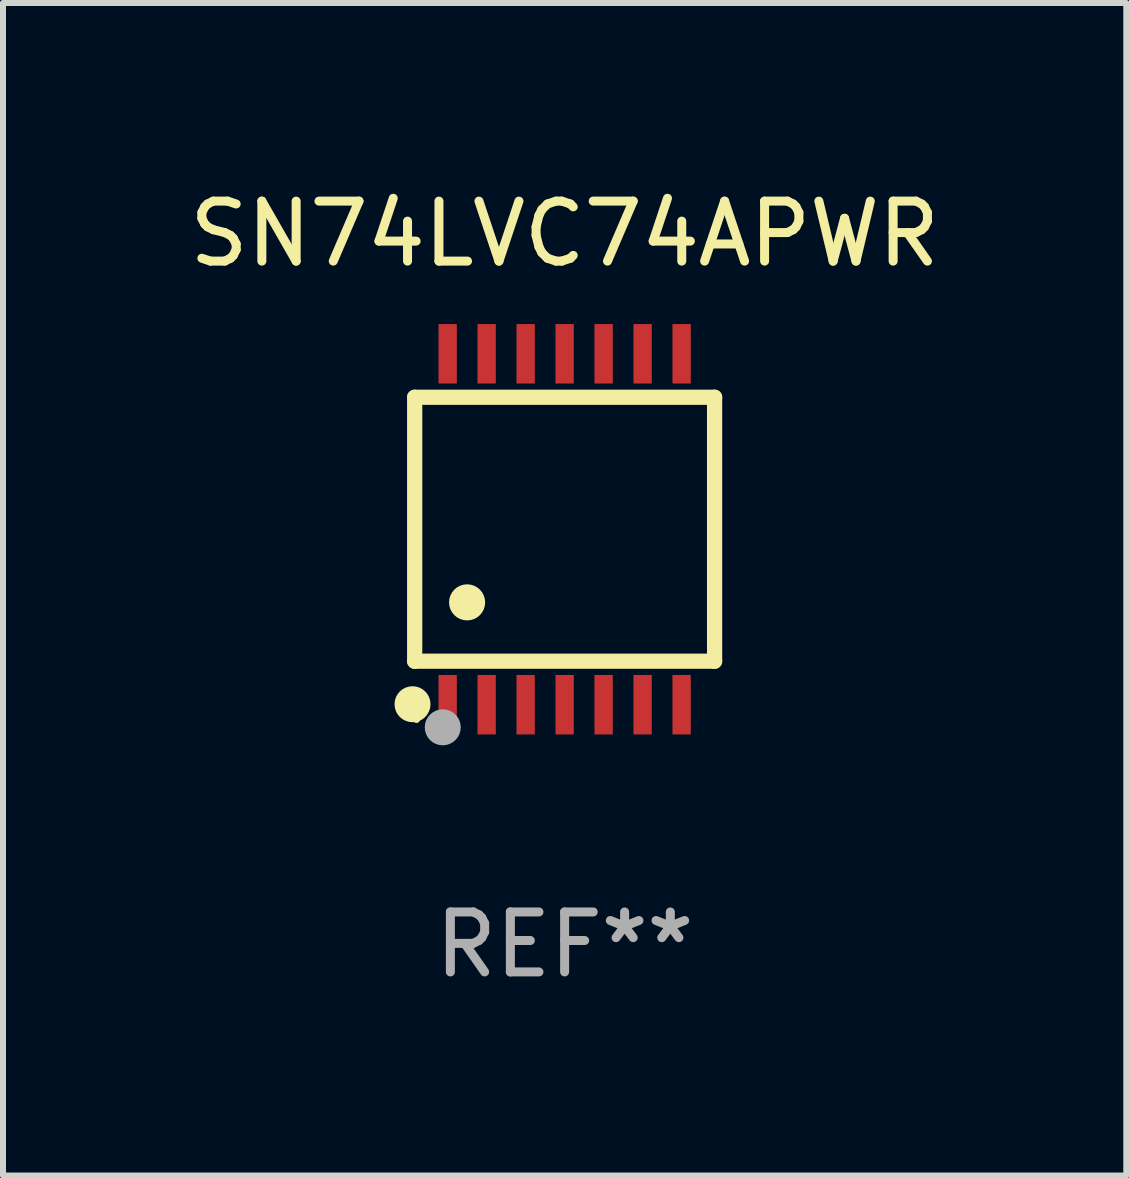
<source format=kicad_pcb>
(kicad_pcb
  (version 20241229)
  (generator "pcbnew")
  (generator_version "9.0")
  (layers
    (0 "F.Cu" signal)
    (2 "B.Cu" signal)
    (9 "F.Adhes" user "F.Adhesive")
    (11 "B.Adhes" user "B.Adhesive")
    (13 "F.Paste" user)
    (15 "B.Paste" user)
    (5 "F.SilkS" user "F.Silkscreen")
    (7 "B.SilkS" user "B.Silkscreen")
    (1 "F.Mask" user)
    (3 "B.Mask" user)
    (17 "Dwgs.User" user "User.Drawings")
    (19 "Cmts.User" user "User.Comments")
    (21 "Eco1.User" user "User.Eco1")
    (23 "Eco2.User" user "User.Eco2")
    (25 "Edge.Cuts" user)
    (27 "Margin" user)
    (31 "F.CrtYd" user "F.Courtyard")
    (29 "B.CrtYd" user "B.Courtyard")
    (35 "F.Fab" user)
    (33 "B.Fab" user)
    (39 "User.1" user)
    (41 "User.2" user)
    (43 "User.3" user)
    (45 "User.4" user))
  (footprint "SN74LVC74APWR"
    (layer "F.Cu")
    (at 6.363 5.773)
    (property "Reference" "SN74LVC74APWR" (at 0 -4.925 0) (layer "F.SilkS") (effects (font (size 1 1) (thickness 0.15))))
    (attr through_hole)
    (fp_line (start -2.5 2.2) (end -2.5 -2.2) (stroke (width 0.254) (type solid)) (layer "F.SilkS"))
    (fp_line (start -2.5 2.2) (end 2.5 2.2) (stroke (width 0.254) (type solid)) (layer "F.SilkS"))
    (fp_line (start 2.5 -2.2) (end -2.5 -2.2) (stroke (width 0.254) (type solid)) (layer "F.SilkS"))
    (fp_line (start 2.5 -2.2) (end 2.5 2.2) (stroke (width 0.254) (type solid)) (layer "F.SilkS"))
    (fp_circle (center -2.536 2.917) (end -2.386 2.917) (stroke (width 0.3) (type solid)) (fill no) (layer "F.SilkS"))
    (fp_circle (center -2.47 3.17) (end -2.44 3.17) (stroke (width 0.06) (type solid)) (fill no) (layer "F.SilkS"))
    (fp_circle (center -1.626 1.219) (end -1.475 1.219) (stroke (width 0.3) (type solid)) (fill no) (layer "F.SilkS"))
    (fp_circle (center -2.032 3.302) (end -1.882 3.302) (stroke (width 0.3) (type solid)) (fill no) (layer "F.Fab"))
    (fp_text user "REF**" (at 0 6.925 0) (layer "F.Fab") (effects (font (size 1 1) (thickness 0.15))))
    (pad "1" smd rect (at -1.95 2.925) (size 0.305 0.991) (layers "F.Cu" "F.Mask" "F.Paste"))
    (pad "2" smd rect (at -1.3 2.925) (size 0.305 0.991) (layers "F.Cu" "F.Mask" "F.Paste"))
    (pad "3" smd rect (at -0.65 2.925) (size 0.305 0.991) (layers "F.Cu" "F.Mask" "F.Paste"))
    (pad "4" smd rect (at 0 2.925) (size 0.305 0.991) (layers "F.Cu" "F.Mask" "F.Paste"))
    (pad "5" smd rect (at 0.65 2.925) (size 0.305 0.991) (layers "F.Cu" "F.Mask" "F.Paste"))
    (pad "6" smd rect (at 1.3 2.925) (size 0.305 0.991) (layers "F.Cu" "F.Mask" "F.Paste"))
    (pad "7" smd rect (at 1.95 2.925) (size 0.305 0.991) (layers "F.Cu" "F.Mask" "F.Paste"))
    (pad "8" smd rect (at 1.95 -2.925) (size 0.305 0.991) (layers "F.Cu" "F.Mask" "F.Paste"))
    (pad "9" smd rect (at 1.3 -2.925) (size 0.305 0.991) (layers "F.Cu" "F.Mask" "F.Paste"))
    (pad "10" smd rect (at 0.65 -2.925) (size 0.305 0.991) (layers "F.Cu" "F.Mask" "F.Paste"))
    (pad "11" smd rect (at 0 -2.925) (size 0.305 0.991) (layers "F.Cu" "F.Mask" "F.Paste"))
    (pad "12" smd rect (at -0.65 -2.925) (size 0.305 0.991) (layers "F.Cu" "F.Mask" "F.Paste"))
    (pad "13" smd rect (at -1.3 -2.925) (size 0.305 0.991) (layers "F.Cu" "F.Mask" "F.Paste"))
    (pad "14" smd rect (at -1.95 -2.925) (size 0.305 0.991) (layers "F.Cu" "F.Mask" "F.Paste")))
  (gr_rect
    (start -3 -3)
    (end 15.726 16.547)
    (stroke (width 0.1) (type default))
    (fill no)
    (layer "Edge.Cuts")))
</source>
